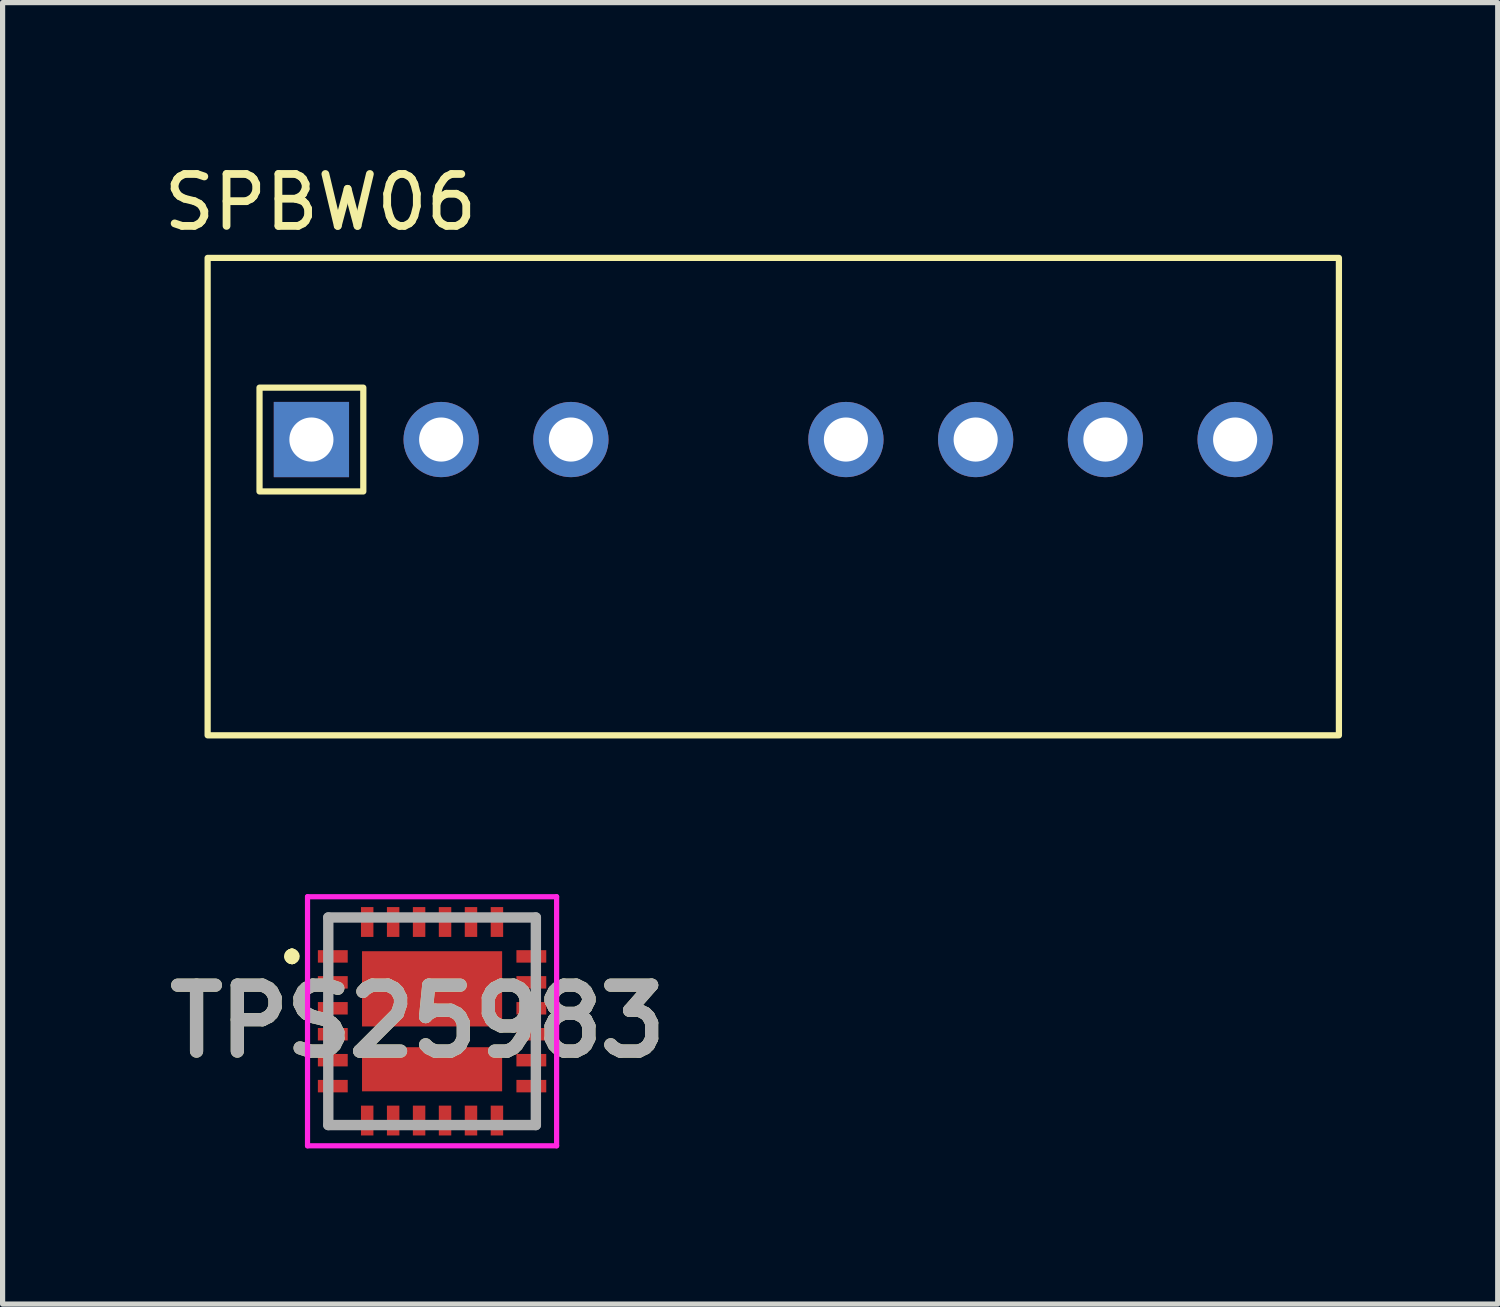
<source format=kicad_pcb>
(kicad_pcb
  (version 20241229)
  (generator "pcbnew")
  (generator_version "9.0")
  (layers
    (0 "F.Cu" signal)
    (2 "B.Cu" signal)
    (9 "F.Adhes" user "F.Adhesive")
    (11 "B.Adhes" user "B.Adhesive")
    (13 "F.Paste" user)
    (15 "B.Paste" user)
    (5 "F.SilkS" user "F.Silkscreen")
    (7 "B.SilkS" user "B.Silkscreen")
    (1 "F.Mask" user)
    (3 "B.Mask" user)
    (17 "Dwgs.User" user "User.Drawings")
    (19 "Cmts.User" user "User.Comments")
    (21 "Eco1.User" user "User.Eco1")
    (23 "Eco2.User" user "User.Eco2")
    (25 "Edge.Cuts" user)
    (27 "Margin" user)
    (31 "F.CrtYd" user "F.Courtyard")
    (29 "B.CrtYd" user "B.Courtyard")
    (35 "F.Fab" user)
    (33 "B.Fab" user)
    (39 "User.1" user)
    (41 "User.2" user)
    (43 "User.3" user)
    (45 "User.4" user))
  (footprint "TPS25983"
    (layer "F.Cu")
    (at 5.276 16.63)
    (property "Reference" "TPS25983" (at -0.275 0 0) (layer "F.SilkS") (effects (font (size 1.27 1.27) (thickness 0.254))))
    (attr smd)
    (fp_line (start -2.7 -1.3) (end -2.7 -1.3) (stroke (width 0.2) (type solid)) (layer "F.SilkS"))
    (fp_line (start -2.7 -1.3) (end -2.7 -1.3) (stroke (width 0.2) (type solid)) (layer "F.SilkS"))
    (fp_line (start -2.7 -1.2) (end -2.7 -1.2) (stroke (width 0.2) (type solid)) (layer "F.SilkS"))
    (fp_line (start -2 -2) (end -2 -2) (stroke (width 0.1) (type solid)) (layer "F.SilkS"))
    (fp_line (start -2 -2) (end -2 -2) (stroke (width 0.1) (type solid)) (layer "F.SilkS"))
    (fp_line (start -2 -2) (end -2 -1.75) (stroke (width 0.1) (type solid)) (layer "F.SilkS"))
    (fp_line (start -2 -2) (end -1.75 -2) (stroke (width 0.1) (type solid)) (layer "F.SilkS"))
    (fp_line (start -2 -1.75) (end -2 -2) (stroke (width 0.1) (type solid)) (layer "F.SilkS"))
    (fp_line (start -2 -1.75) (end -2 -1.75) (stroke (width 0.1) (type solid)) (layer "F.SilkS"))
    (fp_line (start -2 1.75) (end -2 1.75) (stroke (width 0.1) (type solid)) (layer "F.SilkS"))
    (fp_line (start -2 1.75) (end -2 2) (stroke (width 0.1) (type solid)) (layer "F.SilkS"))
    (fp_line (start -2 2) (end -2 1.75) (stroke (width 0.1) (type solid)) (layer "F.SilkS"))
    (fp_line (start -2 2) (end -2 2) (stroke (width 0.1) (type solid)) (layer "F.SilkS"))
    (fp_line (start -2 2) (end -2 2) (stroke (width 0.1) (type solid)) (layer "F.SilkS"))
    (fp_line (start -2 2) (end -1.75 2) (stroke (width 0.1) (type solid)) (layer "F.SilkS"))
    (fp_line (start -1.75 -2) (end -2 -2) (stroke (width 0.1) (type solid)) (layer "F.SilkS"))
    (fp_line (start -1.75 -2) (end -1.75 -2) (stroke (width 0.1) (type solid)) (layer "F.SilkS"))
    (fp_line (start -1.75 2) (end -2 2) (stroke (width 0.1) (type solid)) (layer "F.SilkS"))
    (fp_line (start -1.75 2) (end -1.75 2) (stroke (width 0.1) (type solid)) (layer "F.SilkS"))
    (fp_line (start 1.75 -2) (end 1.75 -2) (stroke (width 0.1) (type solid)) (layer "F.SilkS"))
    (fp_line (start 1.75 -2) (end 2 -2) (stroke (width 0.1) (type solid)) (layer "F.SilkS"))
    (fp_line (start 1.75 2) (end 1.75 2) (stroke (width 0.1) (type solid)) (layer "F.SilkS"))
    (fp_line (start 1.75 2) (end 2 2) (stroke (width 0.1) (type solid)) (layer "F.SilkS"))
    (fp_line (start 2 -2) (end 1.75 -2) (stroke (width 0.1) (type solid)) (layer "F.SilkS"))
    (fp_line (start 2 -2) (end 2 -2) (stroke (width 0.1) (type solid)) (layer "F.SilkS"))
    (fp_line (start 2 -2) (end 2 -2) (stroke (width 0.1) (type solid)) (layer "F.SilkS"))
    (fp_line (start 2 -2) (end 2 -1.75) (stroke (width 0.1) (type solid)) (layer "F.SilkS"))
    (fp_line (start 2 -1.75) (end 2 -2) (stroke (width 0.1) (type solid)) (layer "F.SilkS"))
    (fp_line (start 2 -1.75) (end 2 -1.75) (stroke (width 0.1) (type solid)) (layer "F.SilkS"))
    (fp_line (start 2 1.75) (end 2 1.75) (stroke (width 0.1) (type solid)) (layer "F.SilkS"))
    (fp_line (start 2 1.75) (end 2 2) (stroke (width 0.1) (type solid)) (layer "F.SilkS"))
    (fp_line (start 2 2) (end 1.75 2) (stroke (width 0.1) (type solid)) (layer "F.SilkS"))
    (fp_line (start 2 2) (end 2 1.75) (stroke (width 0.1) (type solid)) (layer "F.SilkS"))
    (fp_line (start 2 2) (end 2 2) (stroke (width 0.1) (type solid)) (layer "F.SilkS"))
    (fp_line (start 2 2) (end 2 2) (stroke (width 0.1) (type solid)) (layer "F.SilkS"))
    (fp_arc (start -2.7 -1.3) (mid -2.65 -1.25) (end -2.7 -1.2) (stroke (width 0.2) (type solid)) (layer "F.SilkS"))
    (fp_arc (start -2.7 -1.2) (mid -2.75 -1.25) (end -2.7 -1.3) (stroke (width 0.2) (type solid)) (layer "F.SilkS"))
    (fp_arc (start -2.7 -1.2) (mid -2.75 -1.25) (end -2.7 -1.3) (stroke (width 0.2) (type solid)) (layer "F.SilkS"))
    (fp_line (start -2.4 -2.4) (end 2.4 -2.4) (stroke (width 0.1) (type solid)) (layer "F.CrtYd"))
    (fp_line (start -2.4 2.4) (end -2.4 -2.4) (stroke (width 0.1) (type solid)) (layer "F.CrtYd"))
    (fp_line (start 2.4 -2.4) (end 2.4 2.4) (stroke (width 0.1) (type solid)) (layer "F.CrtYd"))
    (fp_line (start 2.4 2.4) (end -2.4 2.4) (stroke (width 0.1) (type solid)) (layer "F.CrtYd"))
    (fp_line (start -2 -2) (end -2 2) (stroke (width 0.2) (type solid)) (layer "F.Fab"))
    (fp_line (start -2 2) (end 2 2) (stroke (width 0.2) (type solid)) (layer "F.Fab"))
    (fp_line (start 2 -2) (end -2 -2) (stroke (width 0.2) (type solid)) (layer "F.Fab"))
    (fp_line (start 2 2) (end 2 -2) (stroke (width 0.2) (type solid)) (layer "F.Fab"))
    (fp_text user "${REFERENCE}" (at -0.275 0 0) (layer "F.Fab") (effects (font (size 1.27 1.27) (thickness 0.254))))
    (pad "1" smd rect (at -1.913 -1.25 90) (size 0.24 0.575) (layers "F.Cu" "F.Mask" "F.Paste"))
    (pad "2" smd rect (at -1.913 -0.75 90) (size 0.24 0.575) (layers "F.Cu" "F.Mask" "F.Paste"))
    (pad "3" smd rect (at -1.913 -0.25 90) (size 0.24 0.575) (layers "F.Cu" "F.Mask" "F.Paste"))
    (pad "4" smd rect (at -1.913 0.25 90) (size 0.24 0.575) (layers "F.Cu" "F.Mask" "F.Paste"))
    (pad "5" smd rect (at -1.913 0.75 90) (size 0.24 0.575) (layers "F.Cu" "F.Mask" "F.Paste"))
    (pad "6" smd rect (at -1.913 1.25 90) (size 0.24 0.575) (layers "F.Cu" "F.Mask" "F.Paste"))
    (pad "7" smd rect (at -1.25 1.913) (size 0.24 0.575) (layers "F.Cu" "F.Mask" "F.Paste"))
    (pad "8" smd rect (at -0.75 1.913) (size 0.24 0.575) (layers "F.Cu" "F.Mask" "F.Paste"))
    (pad "9" smd rect (at -0.25 1.913) (size 0.24 0.575) (layers "F.Cu" "F.Mask" "F.Paste"))
    (pad "10" smd rect (at 0.25 1.913) (size 0.24 0.575) (layers "F.Cu" "F.Mask" "F.Paste"))
    (pad "11" smd rect (at 0.75 1.913) (size 0.24 0.575) (layers "F.Cu" "F.Mask" "F.Paste"))
    (pad "12" smd rect (at 1.25 1.913) (size 0.24 0.575) (layers "F.Cu" "F.Mask" "F.Paste"))
    (pad "13" smd rect (at 1.913 1.25 90) (size 0.24 0.575) (layers "F.Cu" "F.Mask" "F.Paste"))
    (pad "14" smd rect (at 1.913 0.75 90) (size 0.24 0.575) (layers "F.Cu" "F.Mask" "F.Paste"))
    (pad "15" smd rect (at 1.913 0.25 90) (size 0.24 0.575) (layers "F.Cu" "F.Mask" "F.Paste"))
    (pad "16" smd rect (at 1.913 -0.25 90) (size 0.24 0.575) (layers "F.Cu" "F.Mask" "F.Paste"))
    (pad "17" smd rect (at 1.913 -0.75 90) (size 0.24 0.575) (layers "F.Cu" "F.Mask" "F.Paste"))
    (pad "18" smd rect (at 1.913 -1.25 90) (size 0.24 0.575) (layers "F.Cu" "F.Mask" "F.Paste"))
    (pad "19" smd rect (at 1.25 -1.913) (size 0.24 0.575) (layers "F.Cu" "F.Mask" "F.Paste"))
    (pad "20" smd rect (at 0.75 -1.913) (size 0.24 0.575) (layers "F.Cu" "F.Mask" "F.Paste"))
    (pad "21" smd rect (at 0.25 -1.913) (size 0.24 0.575) (layers "F.Cu" "F.Mask" "F.Paste"))
    (pad "22" smd rect (at -0.25 -1.913) (size 0.24 0.575) (layers "F.Cu" "F.Mask" "F.Paste"))
    (pad "23" smd rect (at -0.75 -1.913) (size 0.24 0.575) (layers "F.Cu" "F.Mask" "F.Paste"))
    (pad "24" smd rect (at -1.25 -1.913) (size 0.24 0.575) (layers "F.Cu" "F.Mask" "F.Paste"))
    (pad "P1" smd rect (at 0 -0.625 90) (size 1.45 2.7) (layers "F.Cu" "F.Mask" "F.Paste"))
    (pad "P2" smd rect (at 0 0.925 90) (size 0.85 2.7) (layers "F.Cu" "F.Mask" "F.Paste")))
  (footprint "SPBW06"
    (layer "F.Cu")
    (at 11.761 6.182)
    (property "Reference" "SPBW06" (at -8.636 -5.334 0) (layer "F.SilkS") (effects (font (size 1 1) (thickness 0.15))))
    (attr through_hole)
    (fp_rect (start -10.81 4.938) (end 10.99 -4.262) (stroke (width 0.12) (type default)) (fill no) (layer "F.SilkS"))
    (fp_rect (start -9.81 0.238) (end -7.81 -1.762) (stroke (width 0.12) (type default)) (fill no) (layer "F.SilkS"))
    (pad "1" thru_hole rect (at -8.81 -0.762 270) (size 1.45 1.45) (drill 0.85) (layers "*.Cu" "*.Mask"))
    (pad "2" thru_hole circle (at -6.31 -0.762 270) (size 1.45 1.45) (drill 0.85) (layers "*.Cu" "*.Mask"))
    (pad "3" thru_hole circle (at -3.81 -0.762 270) (size 1.45 1.45) (drill 0.85) (layers "*.Cu" "*.Mask"))
    (pad "5" thru_hole circle (at 1.49 -0.762 270) (size 1.45 1.45) (drill 0.85) (layers "*.Cu" "*.Mask"))
    (pad "6" thru_hole circle (at 3.99 -0.762 270) (size 1.45 1.45) (drill 0.85) (layers "*.Cu" "*.Mask"))
    (pad "7" thru_hole circle (at 6.49 -0.762 270) (size 1.45 1.45) (drill 0.85) (layers "*.Cu" "*.Mask"))
    (pad "8" thru_hole circle (at 8.99 -0.762 270) (size 1.45 1.45) (drill 0.85) (layers "*.Cu" "*.Mask")))
  (gr_rect
    (start -3 -3)
    (end 25.811 22.08)
    (stroke (width 0.1) (type default))
    (fill no)
    (layer "Edge.Cuts")))
</source>
